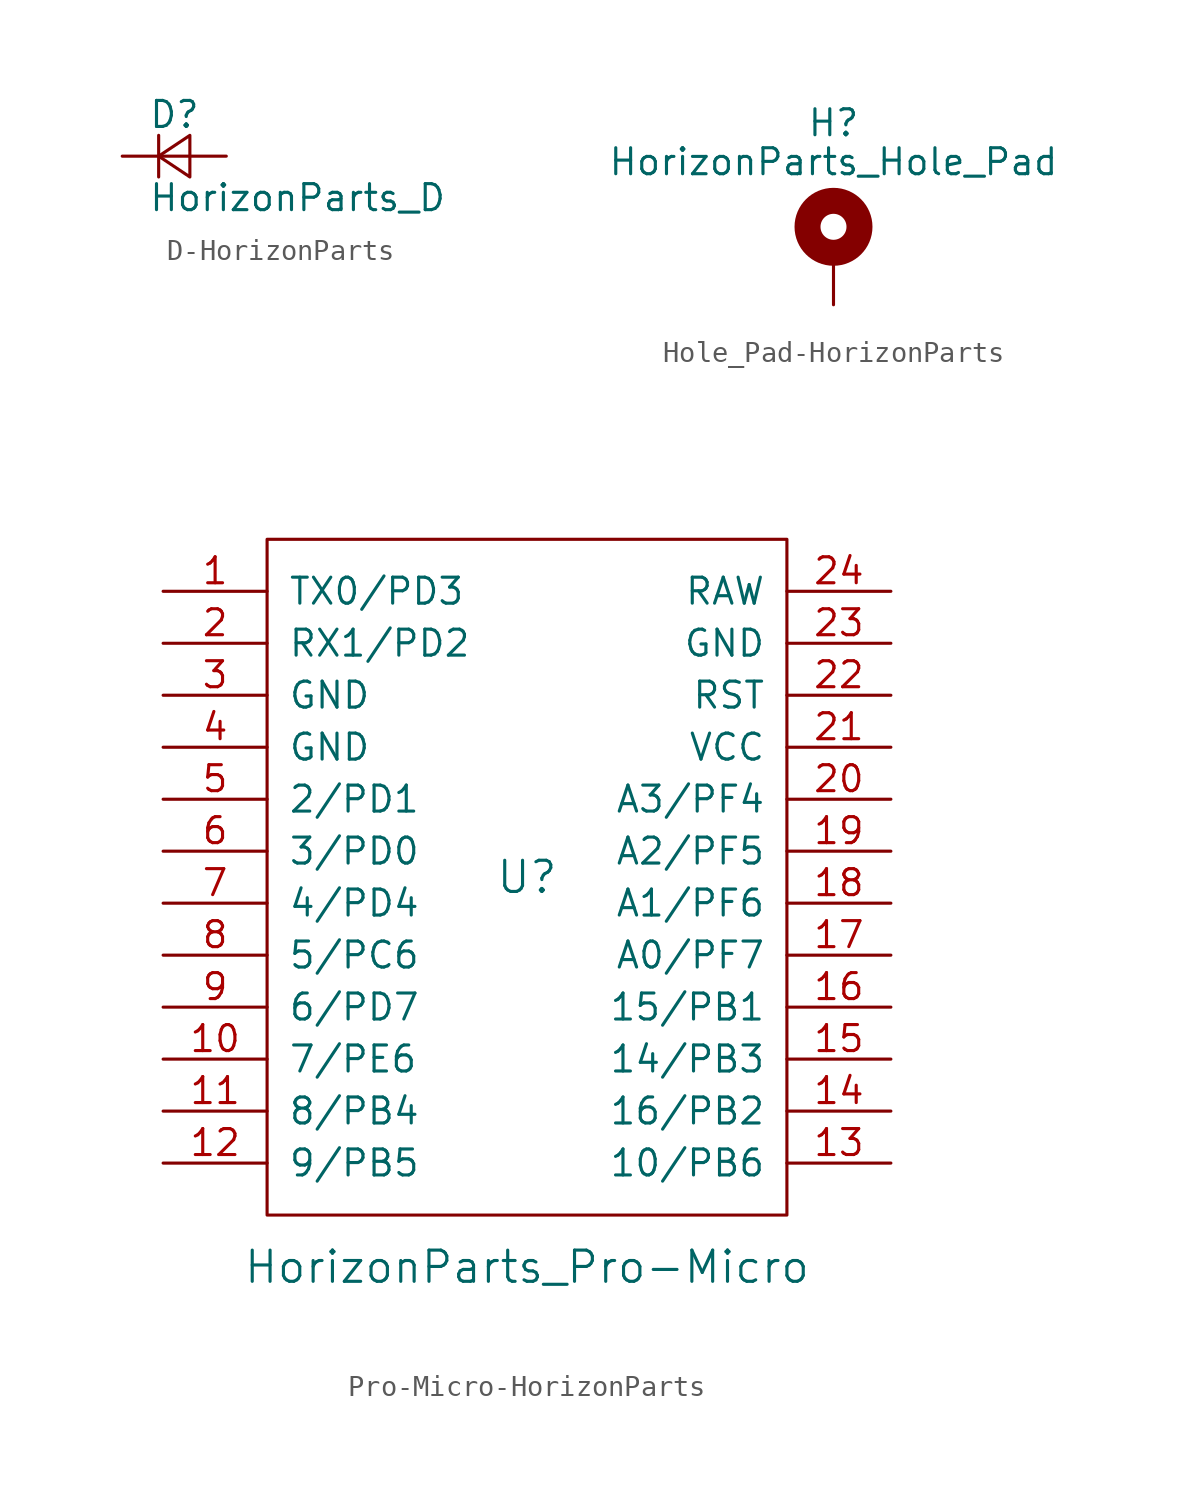
<source format=kicad_sym>
(kicad_symbol_lib
  (version 20231120)
  (generator "kicad_symbol_editor")
  (generator_version "8.0")
  (symbol "D-HorizonParts"
    (pin_numbers hide)
    (pin_names
      (offset 0.254) hide)
    (property "Reference" "D"
      (at -1.27 2.032 0)
      (effects (font (size 1.27 1.27)) (justify left)))
    (property "Value" "HorizonParts_D"
      (at -1.27 -2.032 0)
      (effects (font (size 1.27 1.27)) (justify left)))
    (symbol "D-HorizonParts_0_1"
      (polyline (pts (xy -0.762 -1.016) (xy -0.762 1.016)) (stroke (width 0) (type solid)) (fill (type none)))
      (polyline (pts (xy -0.762 0) (xy 0.762 0)) (stroke (width 0) (type solid)) (fill (type none)))
      (polyline (pts (xy 0.762 -1.016) (xy -0.762 0) (xy 0.762 1.016) (xy 0.762 -1.016)) (stroke (width 0) (type solid)) (fill (type none))))
    (symbol "D-HorizonParts_1_1"
      (pin passive line (at -2.54 0 0) (length 1.778) (name "K" (effects (font (size 1.27 1.27)))) (number "1" (effects (font (size 1.27 1.27)))))
      (pin passive line (at 2.54 0 180) (length 1.778) (name "A" (effects (font (size 1.27 1.27)))) (number "2" (effects (font (size 1.27 1.27)))))))
  (symbol "Hole_Pad-HorizonParts"
    (pin_numbers hide)
    (pin_names
      (offset 1.016) hide)
    (property "Reference" "H"
      (at 0 6.35 0)
      (effects (font (size 1.27 1.27))))
    (property "Value" "HorizonParts_Hole_Pad"
      (at 0 4.445 0)
      (effects (font (size 1.27 1.27))))
    (symbol "Hole_Pad-HorizonParts_0_1"
      (circle (center 0 1.27) (radius 1.27) (stroke (width 1.27) (type solid)) (fill (type none))))
    (symbol "Hole_Pad-HorizonParts_1_1"
      (pin input line (at 0 -2.54 90) (length 2.54) (name "1" (effects (font (size 1.27 1.27)))) (number "1" (effects (font (size 1.27 1.27)))))))
  (symbol "Pro-Micro-HorizonParts"
    (pin_names
      (offset 1.016))
    (property "Reference" "U"
      (at 0 0 0)
      (effects (font (size 1.524 1.524))))
    (property "Value" "HorizonParts_Pro-Micro"
      (at 0 -19.05 0)
      (effects (font (size 1.524 1.524))))
    (symbol "Pro-Micro-HorizonParts_0_1"
      (rectangle (start -12.7 -16.51) (end 12.7 16.51) (stroke (width 0) (type solid)) (fill (type none))))
    (symbol "Pro-Micro-HorizonParts_1_1"
      (pin input line (at -17.78 13.97 0) (length 5.08) (name "TX0/PD3" (effects (font (size 1.27 1.27)))) (number "1" (effects (font (size 1.27 1.27)))))
      (pin input line (at -17.78 -8.89 0) (length 5.08) (name "7/PE6" (effects (font (size 1.27 1.27)))) (number "10" (effects (font (size 1.27 1.27)))))
      (pin input line (at -17.78 -11.43 0) (length 5.08) (name "8/PB4" (effects (font (size 1.27 1.27)))) (number "11" (effects (font (size 1.27 1.27)))))
      (pin input line (at -17.78 -13.97 0) (length 5.08) (name "9/PB5" (effects (font (size 1.27 1.27)))) (number "12" (effects (font (size 1.27 1.27)))))
      (pin input line (at 17.78 -13.97 180) (length 5.08) (name "10/PB6" (effects (font (size 1.27 1.27)))) (number "13" (effects (font (size 1.27 1.27)))))
      (pin input line (at 17.78 -11.43 180) (length 5.08) (name "16/PB2" (effects (font (size 1.27 1.27)))) (number "14" (effects (font (size 1.27 1.27)))))
      (pin input line (at 17.78 -8.89 180) (length 5.08) (name "14/PB3" (effects (font (size 1.27 1.27)))) (number "15" (effects (font (size 1.27 1.27)))))
      (pin input line (at 17.78 -6.35 180) (length 5.08) (name "15/PB1" (effects (font (size 1.27 1.27)))) (number "16" (effects (font (size 1.27 1.27)))))
      (pin input line (at 17.78 -3.81 180) (length 5.08) (name "A0/PF7" (effects (font (size 1.27 1.27)))) (number "17" (effects (font (size 1.27 1.27)))))
      (pin input line (at 17.78 -1.27 180) (length 5.08) (name "A1/PF6" (effects (font (size 1.27 1.27)))) (number "18" (effects (font (size 1.27 1.27)))))
      (pin input line (at 17.78 1.27 180) (length 5.08) (name "A2/PF5" (effects (font (size 1.27 1.27)))) (number "19" (effects (font (size 1.27 1.27)))))
      (pin input line (at -17.78 11.43 0) (length 5.08) (name "RX1/PD2" (effects (font (size 1.27 1.27)))) (number "2" (effects (font (size 1.27 1.27)))))
      (pin input line (at 17.78 3.81 180) (length 5.08) (name "A3/PF4" (effects (font (size 1.27 1.27)))) (number "20" (effects (font (size 1.27 1.27)))))
      (pin input line (at 17.78 6.35 180) (length 5.08) (name "VCC" (effects (font (size 1.27 1.27)))) (number "21" (effects (font (size 1.27 1.27)))))
      (pin input line (at 17.78 8.89 180) (length 5.08) (name "RST" (effects (font (size 1.27 1.27)))) (number "22" (effects (font (size 1.27 1.27)))))
      (pin input line (at 17.78 11.43 180) (length 5.08) (name "GND" (effects (font (size 1.27 1.27)))) (number "23" (effects (font (size 1.27 1.27)))))
      (pin input line (at 17.78 13.97 180) (length 5.08) (name "RAW" (effects (font (size 1.27 1.27)))) (number "24" (effects (font (size 1.27 1.27)))))
      (pin input line (at -17.78 8.89 0) (length 5.08) (name "GND" (effects (font (size 1.27 1.27)))) (number "3" (effects (font (size 1.27 1.27)))))
      (pin input line (at -17.78 6.35 0) (length 5.08) (name "GND" (effects (font (size 1.27 1.27)))) (number "4" (effects (font (size 1.27 1.27)))))
      (pin input line (at -17.78 3.81 0) (length 5.08) (name "2/PD1" (effects (font (size 1.27 1.27)))) (number "5" (effects (font (size 1.27 1.27)))))
      (pin input line (at -17.78 1.27 0) (length 5.08) (name "3/PD0" (effects (font (size 1.27 1.27)))) (number "6" (effects (font (size 1.27 1.27)))))
      (pin input line (at -17.78 -1.27 0) (length 5.08) (name "4/PD4" (effects (font (size 1.27 1.27)))) (number "7" (effects (font (size 1.27 1.27)))))
      (pin input line (at -17.78 -3.81 0) (length 5.08) (name "5/PC6" (effects (font (size 1.27 1.27)))) (number "8" (effects (font (size 1.27 1.27)))))
      (pin input line (at -17.78 -6.35 0) (length 5.08) (name "6/PD7" (effects (font (size 1.27 1.27)))) (number "9" (effects (font (size 1.27 1.27))))))))
</source>
